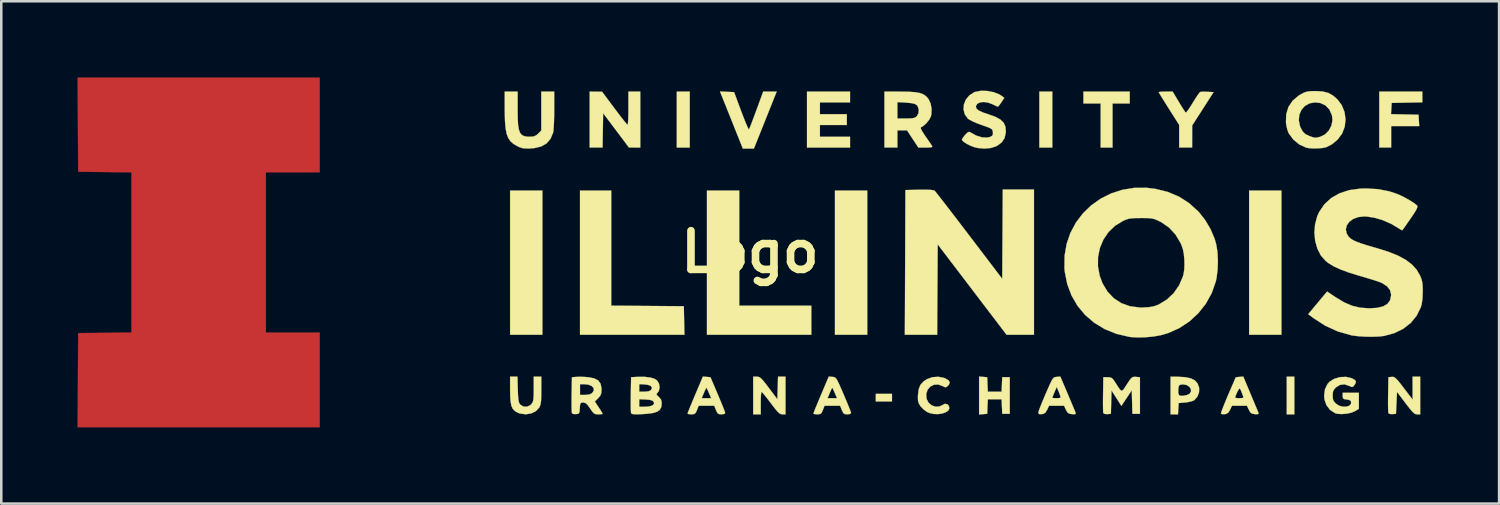
<source format=kicad_pcb>
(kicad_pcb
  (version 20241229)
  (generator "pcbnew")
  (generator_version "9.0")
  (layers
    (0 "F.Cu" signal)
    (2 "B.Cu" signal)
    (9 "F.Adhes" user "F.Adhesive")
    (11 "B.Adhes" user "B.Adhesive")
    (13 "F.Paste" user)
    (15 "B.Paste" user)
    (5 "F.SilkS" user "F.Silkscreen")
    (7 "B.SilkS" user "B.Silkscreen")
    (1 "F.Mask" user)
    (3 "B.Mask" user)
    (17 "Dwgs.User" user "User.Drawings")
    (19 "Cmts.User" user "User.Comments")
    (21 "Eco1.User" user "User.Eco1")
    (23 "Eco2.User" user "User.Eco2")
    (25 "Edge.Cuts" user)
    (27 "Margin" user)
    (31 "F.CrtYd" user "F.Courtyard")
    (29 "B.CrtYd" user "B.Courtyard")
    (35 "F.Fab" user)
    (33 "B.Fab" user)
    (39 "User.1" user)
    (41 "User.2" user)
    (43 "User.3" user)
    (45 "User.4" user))
  (footprint "Logo"
    (layer "F.Cu")
    (at 26.464 6.863)
    (property "Reference" "Logo" (at 0 0 0) (layer "F.SilkS") (effects (font (size 1.524 1.524) (thickness 0.3))))
    (attr through_hole)
    (fp_poly (pts (xy -16.933 -3.133) (xy -19.05 -3.133) (xy -19.05 3.175) (xy -16.933 3.175) (xy -16.933 6.9) (xy -26.459 6.9) (xy -26.448 5.048) (xy -26.437 3.196) (xy -24.342 3.174) (xy -24.342 -3.131) (xy -26.437 -3.154) (xy -26.448 -5.006) (xy -26.459 -6.858) (xy -16.933 -6.858) (xy -16.933 -3.133)) (stroke (width 0.01) (type solid)) (fill yes) (layer "F.Cu"))
    (fp_poly (pts (xy -16.933 -3.133) (xy -19.05 -3.133) (xy -19.05 3.175) (xy -16.933 3.175) (xy -16.933 6.9) (xy -26.459 6.9) (xy -26.448 5.048) (xy -26.437 3.196) (xy -24.342 3.174) (xy -24.342 -3.131) (xy -26.437 -3.154) (xy -26.448 -5.006) (xy -26.459 -6.858) (xy -16.933 -6.858) (xy -16.933 -3.133)) (stroke (width 0.01) (type solid)) (fill yes) (layer "F.Mask"))
    (fp_poly (pts (xy -8.17 3.26) (xy -9.44 3.26) (xy -9.44 -2.413) (xy -8.17 -2.413) (xy -8.17 3.26)) (stroke (width 0.01) (type solid)) (fill yes) (layer "F.SilkS"))
    (fp_poly (pts (xy -2.371 -4.106) (xy -2.879 -4.106) (xy -2.879 -6.308) (xy -2.371 -6.308) (xy -2.371 -4.106)) (stroke (width 0.01) (type solid)) (fill yes) (layer "F.SilkS"))
    (fp_poly (pts (xy 4.614 3.26) (xy 3.344 3.26) (xy 3.344 -2.413) (xy 4.614 -2.413) (xy 4.614 3.26)) (stroke (width 0.01) (type solid)) (fill yes) (layer "F.SilkS"))
    (fp_poly (pts (xy 5.588 5.884) (xy 4.953 5.884) (xy 4.953 5.588) (xy 5.588 5.588) (xy 5.588 5.884)) (stroke (width 0.01) (type solid)) (fill yes) (layer "F.SilkS"))
    (fp_poly (pts (xy 11.896 -4.106) (xy 11.388 -4.106) (xy 11.388 -6.308) (xy 11.896 -6.308) (xy 11.896 -4.106)) (stroke (width 0.01) (type solid)) (fill yes) (layer "F.SilkS"))
    (fp_poly (pts (xy 20.913 3.26) (xy 19.643 3.26) (xy 19.643 -2.413) (xy 20.913 -2.413) (xy 20.913 3.26)) (stroke (width 0.01) (type solid)) (fill yes) (layer "F.SilkS"))
    (fp_poly (pts (xy 21.421 6.392) (xy 21.124 6.392) (xy 21.124 4.911) (xy 21.421 4.911) (xy 21.421 6.392)) (stroke (width 0.01) (type solid)) (fill yes) (layer "F.SilkS"))
    (fp_poly (pts (xy -0.423 2.117) (xy 2.413 2.117) (xy 2.413 3.26) (xy -1.693 3.26) (xy -1.693 -2.413) (xy -0.423 -2.413) (xy -0.423 2.117)) (stroke (width 0.01) (type solid)) (fill yes) (layer "F.SilkS"))
    (fp_poly (pts (xy -5.461 2.116) (xy -4.032 2.127) (xy -2.603 2.138) (xy -2.592 2.699) (xy -2.58 3.26) (xy -6.689 3.26) (xy -6.689 -2.413) (xy -5.461 -2.413) (xy -5.461 2.116)) (stroke (width 0.01) (type solid)) (fill yes) (layer "F.SilkS"))
    (fp_poly (pts (xy 14.944 -5.842) (xy 14.266 -5.842) (xy 14.266 -4.106) (xy 13.801 -4.106) (xy 13.801 -5.842) (xy 13.123 -5.842) (xy 13.123 -6.308) (xy 14.944 -6.308) (xy 14.944 -5.842)) (stroke (width 0.01) (type solid)) (fill yes) (layer "F.SilkS"))
    (fp_poly (pts (xy 3.937 -5.884) (xy 2.752 -5.884) (xy 2.752 -5.419) (xy 3.81 -5.419) (xy 3.81 -4.995) (xy 2.752 -4.995) (xy 2.752 -4.53) (xy 3.937 -4.53) (xy 3.937 -4.106) (xy 2.244 -4.106) (xy 2.244 -6.308) (xy 3.937 -6.308) (xy 3.937 -5.884)) (stroke (width 0.01) (type solid)) (fill yes) (layer "F.SilkS"))
    (fp_poly (pts (xy 26.458 -5.887) (xy 25.855 -5.875) (xy 25.252 -5.863) (xy 25.239 -5.642) (xy 25.226 -5.421) (xy 25.768 -5.409) (xy 26.31 -5.397) (xy 26.323 -5.175) (xy 26.336 -4.953) (xy 25.231 -4.953) (xy 25.231 -4.106) (xy 24.765 -4.106) (xy 24.765 -6.308) (xy 26.458 -6.308) (xy 26.458 -5.887)) (stroke (width 0.01) (type solid)) (fill yes) (layer "F.SilkS"))
    (fp_poly (pts (xy 9.335 4.932) (xy 9.347 5.218) (xy 9.36 5.503) (xy 9.902 5.503) (xy 9.915 5.218) (xy 9.927 4.932) (xy 10.223 4.932) (xy 10.223 6.371) (xy 9.927 6.371) (xy 9.915 6.085) (xy 9.902 5.8) (xy 9.36 5.8) (xy 9.347 6.085) (xy 9.335 6.371) (xy 9.017 6.397) (xy 9.017 4.906) (xy 9.335 4.932)) (stroke (width 0.01) (type solid)) (fill yes) (layer "F.SilkS"))
    (fp_poly (pts (xy -0.902 -6.299) (xy -0.625 -6.287) (xy -0.346 -5.536) (xy -0.257 -5.304) (xy -0.178 -5.104) (xy -0.112 -4.949) (xy -0.065 -4.849) (xy -0.041 -4.816) (xy -0.04 -4.816) (xy -0.018 -4.864) (xy 0.028 -4.979) (xy 0.092 -5.146) (xy 0.17 -5.354) (xy 0.253 -5.577) (xy 0.521 -6.308) (xy 1.05 -6.308) (xy 0.602 -5.186) (xy 0.153 -4.064) (xy -0.28 -4.064) (xy -0.729 -5.188) (xy -1.179 -6.311) (xy -0.902 -6.299)) (stroke (width 0.01) (type solid)) (fill yes) (layer "F.SilkS"))
    (fp_poly (pts (xy -4.318 -4.106) (xy -4.54 -4.108) (xy -4.763 -4.11) (xy -5.779 -5.46) (xy -5.79 -4.783) (xy -5.802 -4.106) (xy -6.308 -4.106) (xy -6.308 -6.308) (xy -6.064 -6.305) (xy -5.821 -6.303) (xy -5.334 -5.651) (xy -5.181 -5.448) (xy -5.045 -5.271) (xy -4.933 -5.13) (xy -4.854 -5.035) (xy -4.816 -4.997) (xy -4.815 -4.997) (xy -4.805 -5.036) (xy -4.795 -5.146) (xy -4.788 -5.312) (xy -4.784 -5.519) (xy -4.784 -5.652) (xy -4.784 -6.308) (xy -4.318 -6.308) (xy -4.318 -4.106)) (stroke (width 0.01) (type solid)) (fill yes) (layer "F.SilkS"))
    (fp_poly (pts (xy 11.176 3.26) (xy 10.636 3.26) (xy 10.097 3.259) (xy 8.742 1.481) (xy 7.387 -0.298) (xy 7.365 3.26) (xy 6.095 3.26) (xy 6.106 0.413) (xy 6.117 -2.434) (xy 6.662 -2.446) (xy 6.939 -2.448) (xy 7.133 -2.439) (xy 7.243 -2.42) (xy 7.264 -2.41) (xy 7.301 -2.367) (xy 7.383 -2.264) (xy 7.506 -2.107) (xy 7.666 -1.901) (xy 7.856 -1.655) (xy 8.072 -1.374) (xy 8.308 -1.065) (xy 8.56 -0.735) (xy 8.625 -0.65) (xy 9.927 1.061) (xy 9.938 -0.697) (xy 9.949 -2.455) (xy 11.176 -2.455) (xy 11.176 3.26)) (stroke (width 0.01) (type solid)) (fill yes) (layer "F.SilkS"))
    (fp_poly (pts (xy 26.374 6.392) (xy 26.252 6.392) (xy 26.195 6.384) (xy 26.136 6.352) (xy 26.065 6.285) (xy 25.969 6.173) (xy 25.838 6.005) (xy 25.797 5.95) (xy 25.463 5.508) (xy 25.442 5.94) (xy 25.421 6.371) (xy 25.283 6.384) (xy 25.17 6.377) (xy 25.123 6.34) (xy 25.117 6.28) (xy 25.112 6.151) (xy 25.11 5.969) (xy 25.111 5.75) (xy 25.113 5.607) (xy 25.125 4.932) (xy 25.254 4.919) (xy 25.311 4.919) (xy 25.363 4.937) (xy 25.423 4.984) (xy 25.502 5.069) (xy 25.611 5.204) (xy 25.731 5.36) (xy 26.077 5.814) (xy 26.077 4.911) (xy 26.374 4.911) (xy 26.374 6.392)) (stroke (width 0.01) (type solid)) (fill yes) (layer "F.SilkS"))
    (fp_poly (pts (xy 0.329 4.916) (xy 0.386 4.938) (xy 0.449 4.99) (xy 0.53 5.08) (xy 0.641 5.22) (xy 0.744 5.356) (xy 1.079 5.801) (xy 1.092 5.356) (xy 1.104 4.911) (xy 1.397 4.911) (xy 1.397 6.392) (xy 1.274 6.392) (xy 1.216 6.384) (xy 1.158 6.354) (xy 1.088 6.289) (xy 0.995 6.18) (xy 0.868 6.015) (xy 0.818 5.95) (xy 0.693 5.785) (xy 0.584 5.648) (xy 0.502 5.551) (xy 0.458 5.507) (xy 0.455 5.505) (xy 0.442 5.544) (xy 0.432 5.65) (xy 0.425 5.805) (xy 0.423 5.948) (xy 0.423 6.392) (xy 0.127 6.392) (xy 0.127 4.911) (xy 0.268 4.911) (xy 0.329 4.916)) (stroke (width 0.01) (type solid)) (fill yes) (layer "F.SilkS"))
    (fp_poly (pts (xy 16.874 -5.904) (xy 16.974 -5.74) (xy 17.06 -5.604) (xy 17.122 -5.512) (xy 17.148 -5.48) (xy 17.182 -5.506) (xy 17.248 -5.591) (xy 17.336 -5.722) (xy 17.425 -5.867) (xy 17.527 -6.032) (xy 17.618 -6.169) (xy 17.686 -6.261) (xy 17.718 -6.293) (xy 17.786 -6.302) (xy 17.907 -6.303) (xy 18.006 -6.299) (xy 18.243 -6.287) (xy 17.822 -5.63) (xy 17.4 -4.974) (xy 17.4 -4.54) (xy 17.399 -4.106) (xy 16.891 -4.106) (xy 16.891 -4.998) (xy 16.489 -5.63) (xy 16.359 -5.836) (xy 16.247 -6.016) (xy 16.159 -6.158) (xy 16.103 -6.252) (xy 16.087 -6.285) (xy 16.125 -6.297) (xy 16.226 -6.305) (xy 16.36 -6.308) (xy 16.633 -6.308) (xy 16.874 -5.904)) (stroke (width 0.01) (type solid)) (fill yes) (layer "F.SilkS"))
    (fp_poly (pts (xy 15.188 4.919) (xy 15.346 4.932) (xy 15.346 6.371) (xy 15.05 6.371) (xy 15.037 5.907) (xy 15.025 5.444) (xy 14.821 5.751) (xy 14.616 6.059) (xy 14.227 5.451) (xy 14.215 5.911) (xy 14.203 6.371) (xy 14.065 6.384) (xy 13.952 6.377) (xy 13.905 6.34) (xy 13.898 6.28) (xy 13.894 6.151) (xy 13.892 5.969) (xy 13.893 5.75) (xy 13.895 5.607) (xy 13.906 4.932) (xy 14.075 4.932) (xy 14.174 4.938) (xy 14.244 4.968) (xy 14.31 5.039) (xy 14.379 5.144) (xy 14.489 5.316) (xy 14.564 5.422) (xy 14.619 5.464) (xy 14.671 5.445) (xy 14.733 5.366) (xy 14.821 5.229) (xy 14.832 5.212) (xy 14.929 5.064) (xy 14.998 4.975) (xy 15.054 4.93) (xy 15.114 4.916) (xy 15.188 4.919)) (stroke (width 0.01) (type solid)) (fill yes) (layer "F.SilkS"))
    (fp_poly (pts (xy -9.137 5.414) (xy -9.129 5.638) (xy -9.117 5.793) (xy -9.099 5.897) (xy -9.073 5.965) (xy -9.042 6.007) (xy -8.921 6.084) (xy -8.781 6.094) (xy -8.649 6.036) (xy -8.597 5.984) (xy -8.558 5.926) (xy -8.532 5.855) (xy -8.518 5.754) (xy -8.511 5.604) (xy -8.509 5.392) (xy -8.509 4.911) (xy -8.213 4.911) (xy -8.213 5.45) (xy -8.215 5.683) (xy -8.221 5.848) (xy -8.235 5.964) (xy -8.258 6.049) (xy -8.292 6.12) (xy -8.298 6.13) (xy -8.429 6.269) (xy -8.611 6.357) (xy -8.821 6.39) (xy -9.038 6.363) (xy -9.133 6.33) (xy -9.248 6.265) (xy -9.332 6.179) (xy -9.388 6.057) (xy -9.422 5.887) (xy -9.437 5.655) (xy -9.44 5.45) (xy -9.44 4.911) (xy -9.151 4.911) (xy -9.137 5.414)) (stroke (width 0.01) (type solid)) (fill yes) (layer "F.SilkS"))
    (fp_poly (pts (xy 16.817 4.913) (xy 17.116 4.929) (xy 17.343 4.975) (xy 17.506 5.055) (xy 17.613 5.174) (xy 17.673 5.336) (xy 17.676 5.351) (xy 17.672 5.523) (xy 17.607 5.693) (xy 17.497 5.824) (xy 17.473 5.841) (xy 17.379 5.879) (xy 17.237 5.911) (xy 17.124 5.926) (xy 16.87 5.948) (xy 16.844 6.392) (xy 16.552 6.392) (xy 16.552 5.546) (xy 16.852 5.546) (xy 16.879 5.633) (xy 16.947 5.666) (xy 17.063 5.661) (xy 17.188 5.634) (xy 17.282 5.596) (xy 17.295 5.587) (xy 17.357 5.494) (xy 17.35 5.394) (xy 17.287 5.303) (xy 17.18 5.237) (xy 17.042 5.213) (xy 17.01 5.215) (xy 16.918 5.231) (xy 16.875 5.276) (xy 16.858 5.375) (xy 16.856 5.391) (xy 16.852 5.546) (xy 16.552 5.546) (xy 16.552 4.911) (xy 16.817 4.913)) (stroke (width 0.01) (type solid)) (fill yes) (layer "F.SilkS"))
    (fp_poly (pts (xy -9.144 -5.608) (xy -9.14 -5.276) (xy -9.127 -5.018) (xy -9.098 -4.827) (xy -9.052 -4.692) (xy -8.982 -4.604) (xy -8.886 -4.554) (xy -8.758 -4.533) (xy -8.657 -4.53) (xy -8.514 -4.542) (xy -8.411 -4.588) (xy -8.336 -4.653) (xy -8.213 -4.777) (xy -8.213 -6.308) (xy -7.705 -6.308) (xy -7.705 -5.577) (xy -7.707 -5.325) (xy -7.714 -5.092) (xy -7.725 -4.895) (xy -7.737 -4.753) (xy -7.748 -4.694) (xy -7.849 -4.452) (xy -8.003 -4.272) (xy -8.214 -4.151) (xy -8.486 -4.085) (xy -8.636 -4.072) (xy -8.817 -4.069) (xy -8.949 -4.083) (xy -9.065 -4.119) (xy -9.165 -4.166) (xy -9.312 -4.253) (xy -9.427 -4.355) (xy -9.513 -4.482) (xy -9.575 -4.645) (xy -9.616 -4.855) (xy -9.64 -5.123) (xy -9.65 -5.461) (xy -9.651 -5.62) (xy -9.652 -6.308) (xy -9.144 -6.308) (xy -9.144 -5.608)) (stroke (width 0.01) (type solid)) (fill yes) (layer "F.SilkS"))
    (fp_poly (pts (xy -1.555 4.932) (xy -1.266 5.609) (xy -1.172 5.834) (xy -1.09 6.033) (xy -1.026 6.193) (xy -0.987 6.3) (xy -0.976 6.339) (xy -1.013 6.378) (xy -1.117 6.392) (xy -1.122 6.392) (xy -1.22 6.384) (xy -1.28 6.342) (xy -1.329 6.246) (xy -1.338 6.223) (xy -1.406 6.054) (xy -2.019 6.054) (xy -2.086 6.223) (xy -2.135 6.331) (xy -2.191 6.379) (xy -2.28 6.392) (xy -2.304 6.392) (xy -2.403 6.385) (xy -2.454 6.366) (xy -2.455 6.361) (xy -2.44 6.314) (xy -2.396 6.201) (xy -2.329 6.037) (xy -2.245 5.834) (xy -2.212 5.757) (xy -1.9 5.757) (xy -1.527 5.757) (xy -1.613 5.557) (xy -1.664 5.441) (xy -1.701 5.363) (xy -1.711 5.344) (xy -1.733 5.373) (xy -1.775 5.459) (xy -1.812 5.545) (xy -1.9 5.757) (xy -2.212 5.757) (xy -2.154 5.618) (xy -1.852 4.906) (xy -1.555 4.932)) (stroke (width 0.01) (type solid)) (fill yes) (layer "F.SilkS"))
    (fp_poly (pts (xy 7.636 4.958) (xy 7.692 4.981) (xy 7.818 5.059) (xy 7.862 5.138) (xy 7.827 5.226) (xy 7.795 5.262) (xy 7.729 5.32) (xy 7.673 5.326) (xy 7.588 5.284) (xy 7.582 5.28) (xy 7.407 5.217) (xy 7.241 5.227) (xy 7.097 5.299) (xy 6.991 5.422) (xy 6.936 5.584) (xy 6.947 5.773) (xy 6.95 5.786) (xy 7.026 5.933) (xy 7.15 6.038) (xy 7.3 6.091) (xy 7.453 6.085) (xy 7.559 6.034) (xy 7.677 5.976) (xy 7.773 5.999) (xy 7.824 6.057) (xy 7.849 6.155) (xy 7.804 6.241) (xy 7.705 6.311) (xy 7.567 6.359) (xy 7.404 6.383) (xy 7.231 6.378) (xy 7.064 6.34) (xy 6.965 6.296) (xy 6.833 6.2) (xy 6.717 6.081) (xy 6.697 6.053) (xy 6.642 5.958) (xy 6.614 5.862) (xy 6.608 5.733) (xy 6.612 5.621) (xy 6.642 5.396) (xy 6.711 5.228) (xy 6.833 5.096) (xy 6.968 5.007) (xy 7.177 4.931) (xy 7.411 4.914) (xy 7.636 4.958)) (stroke (width 0.01) (type solid)) (fill yes) (layer "F.SilkS"))
    (fp_poly (pts (xy 19.702 5.597) (xy 19.797 5.824) (xy 19.882 6.026) (xy 19.95 6.189) (xy 19.996 6.3) (xy 20.013 6.342) (xy 20.005 6.378) (xy 19.935 6.388) (xy 19.871 6.385) (xy 19.757 6.365) (xy 19.688 6.312) (xy 19.632 6.212) (xy 19.557 6.054) (xy 18.966 6.054) (xy 18.892 6.212) (xy 18.825 6.323) (xy 18.746 6.373) (xy 18.689 6.384) (xy 18.59 6.385) (xy 18.534 6.371) (xy 18.542 6.326) (xy 18.579 6.216) (xy 18.641 6.054) (xy 18.723 5.853) (xy 18.772 5.737) (xy 19.092 5.737) (xy 19.13 5.75) (xy 19.224 5.757) (xy 19.266 5.757) (xy 19.375 5.752) (xy 19.417 5.731) (xy 19.41 5.684) (xy 19.41 5.683) (xy 19.373 5.588) (xy 19.338 5.493) (xy 19.298 5.41) (xy 19.262 5.376) (xy 19.232 5.411) (xy 19.185 5.495) (xy 19.138 5.598) (xy 19.102 5.691) (xy 19.092 5.737) (xy 18.772 5.737) (xy 18.813 5.638) (xy 19.118 4.932) (xy 19.265 4.919) (xy 19.413 4.907) (xy 19.702 5.597)) (stroke (width 0.01) (type solid)) (fill yes) (layer "F.SilkS"))
    (fp_poly (pts (xy 3.247 4.919) (xy 3.301 4.925) (xy 3.344 4.941) (xy 3.385 4.978) (xy 3.43 5.046) (xy 3.486 5.156) (xy 3.56 5.32) (xy 3.659 5.548) (xy 3.685 5.609) (xy 3.78 5.833) (xy 3.863 6.032) (xy 3.927 6.193) (xy 3.967 6.3) (xy 3.978 6.339) (xy 3.94 6.378) (xy 3.836 6.392) (xy 3.831 6.392) (xy 3.733 6.384) (xy 3.673 6.342) (xy 3.624 6.246) (xy 3.615 6.223) (xy 3.547 6.054) (xy 2.934 6.054) (xy 2.867 6.223) (xy 2.818 6.331) (xy 2.762 6.379) (xy 2.673 6.392) (xy 2.649 6.392) (xy 2.55 6.385) (xy 2.499 6.366) (xy 2.498 6.361) (xy 2.513 6.314) (xy 2.557 6.201) (xy 2.624 6.037) (xy 2.708 5.834) (xy 2.741 5.757) (xy 3.053 5.757) (xy 3.426 5.757) (xy 3.34 5.557) (xy 3.289 5.441) (xy 3.252 5.363) (xy 3.242 5.344) (xy 3.22 5.373) (xy 3.178 5.459) (xy 3.141 5.545) (xy 3.053 5.757) (xy 2.741 5.757) (xy 2.799 5.618) (xy 3.101 4.906) (xy 3.247 4.919)) (stroke (width 0.01) (type solid)) (fill yes) (layer "F.SilkS"))
    (fp_poly (pts (xy 5.937 -6.307) (xy 6.249 -6.302) (xy 6.49 -6.286) (xy 6.673 -6.255) (xy 6.811 -6.206) (xy 6.918 -6.135) (xy 7.008 -6.038) (xy 7.028 -6.011) (xy 7.109 -5.837) (xy 7.147 -5.624) (xy 7.137 -5.41) (xy 7.114 -5.32) (xy 7.049 -5.198) (xy 6.944 -5.068) (xy 6.825 -4.959) (xy 6.727 -4.902) (xy 6.72 -4.86) (xy 6.77 -4.757) (xy 6.876 -4.591) (xy 6.906 -4.548) (xy 7.011 -4.397) (xy 7.098 -4.27) (xy 7.156 -4.183) (xy 7.171 -4.159) (xy 7.167 -4.13) (xy 7.106 -4.114) (xy 6.975 -4.107) (xy 6.913 -4.107) (xy 6.625 -4.108) (xy 6.18 -4.784) (xy 5.8 -4.784) (xy 5.8 -4.106) (xy 5.292 -4.106) (xy 5.292 -5.249) (xy 5.8 -5.249) (xy 6.138 -5.249) (xy 6.318 -5.253) (xy 6.435 -5.266) (xy 6.511 -5.294) (xy 6.562 -5.334) (xy 6.63 -5.454) (xy 6.644 -5.598) (xy 6.601 -5.73) (xy 6.561 -5.779) (xy 6.482 -5.825) (xy 6.353 -5.855) (xy 6.158 -5.874) (xy 6.138 -5.876) (xy 5.8 -5.895) (xy 5.8 -5.249) (xy 5.292 -5.249) (xy 5.292 -6.308) (xy 5.937 -6.307)) (stroke (width 0.01) (type solid)) (fill yes) (layer "F.SilkS"))
    (fp_poly (pts (xy 12.498 5.575) (xy 12.593 5.801) (xy 12.678 6.003) (xy 12.747 6.168) (xy 12.794 6.28) (xy 12.81 6.321) (xy 12.818 6.37) (xy 12.779 6.388) (xy 12.676 6.385) (xy 12.674 6.385) (xy 12.561 6.365) (xy 12.491 6.312) (xy 12.435 6.212) (xy 12.361 6.054) (xy 11.769 6.054) (xy 11.695 6.212) (xy 11.63 6.321) (xy 11.554 6.371) (xy 11.483 6.384) (xy 11.387 6.384) (xy 11.35 6.351) (xy 11.348 6.321) (xy 11.365 6.258) (xy 11.411 6.132) (xy 11.48 5.958) (xy 11.566 5.751) (xy 11.571 5.74) (xy 11.896 5.74) (xy 11.933 5.751) (xy 12.028 5.757) (xy 12.068 5.757) (xy 12.176 5.753) (xy 12.219 5.732) (xy 12.216 5.681) (xy 12.211 5.665) (xy 12.173 5.558) (xy 12.126 5.443) (xy 12.072 5.313) (xy 11.984 5.517) (xy 11.934 5.636) (xy 11.902 5.718) (xy 11.896 5.74) (xy 11.571 5.74) (xy 11.635 5.588) (xy 11.74 5.348) (xy 11.818 5.176) (xy 11.876 5.058) (xy 11.922 4.985) (xy 11.964 4.945) (xy 12.007 4.927) (xy 12.06 4.92) (xy 12.067 4.919) (xy 12.213 4.907) (xy 12.498 5.575)) (stroke (width 0.01) (type solid)) (fill yes) (layer "F.SilkS"))
    (fp_poly (pts (xy 23.672 4.969) (xy 23.707 4.985) (xy 23.814 5.049) (xy 23.848 5.112) (xy 23.816 5.195) (xy 23.785 5.242) (xy 23.732 5.306) (xy 23.681 5.316) (xy 23.594 5.278) (xy 23.586 5.274) (xy 23.394 5.211) (xy 23.219 5.232) (xy 23.065 5.327) (xy 22.98 5.417) (xy 22.941 5.508) (xy 22.931 5.642) (xy 22.931 5.652) (xy 22.939 5.788) (xy 22.977 5.881) (xy 23.059 5.97) (xy 23.065 5.976) (xy 23.19 6.054) (xy 23.33 6.091) (xy 23.467 6.091) (xy 23.579 6.056) (xy 23.648 5.987) (xy 23.658 5.903) (xy 23.62 5.842) (xy 23.524 5.812) (xy 23.484 5.808) (xy 23.38 5.792) (xy 23.335 5.755) (xy 23.326 5.674) (xy 23.326 5.67) (xy 23.326 5.546) (xy 23.961 5.546) (xy 23.961 6.174) (xy 23.81 6.267) (xy 23.663 6.328) (xy 23.474 6.367) (xy 23.276 6.382) (xy 23.103 6.369) (xy 23.029 6.347) (xy 22.831 6.22) (xy 22.688 6.035) (xy 22.608 5.807) (xy 22.594 5.652) (xy 22.628 5.406) (xy 22.725 5.203) (xy 22.804 5.113) (xy 22.992 4.995) (xy 23.218 4.928) (xy 23.455 4.918) (xy 23.672 4.969)) (stroke (width 0.01) (type solid)) (fill yes) (layer "F.SilkS"))
    (fp_poly (pts (xy -6.481 4.922) (xy -6.353 4.933) (xy -6.126 4.978) (xy -5.97 5.062) (xy -5.878 5.192) (xy -5.843 5.374) (xy -5.842 5.412) (xy -5.851 5.555) (xy -5.888 5.654) (xy -5.968 5.75) (xy -5.974 5.756) (xy -6.106 5.888) (xy -5.953 6.118) (xy -5.874 6.239) (xy -5.819 6.33) (xy -5.8 6.371) (xy -5.837 6.384) (xy -5.931 6.392) (xy -5.969 6.392) (xy -6.064 6.387) (xy -6.132 6.36) (xy -6.198 6.294) (xy -6.282 6.174) (xy -6.292 6.16) (xy -6.386 6.028) (xy -6.46 5.957) (xy -6.531 5.929) (xy -6.565 5.927) (xy -6.635 5.932) (xy -6.672 5.963) (xy -6.689 6.041) (xy -6.697 6.149) (xy -6.707 6.279) (xy -6.729 6.346) (xy -6.775 6.374) (xy -6.848 6.384) (xy -6.961 6.377) (xy -7.008 6.34) (xy -7.014 6.28) (xy -7.019 6.151) (xy -7.021 5.969) (xy -7.02 5.75) (xy -7.018 5.607) (xy -7.011 5.207) (xy -6.689 5.207) (xy -6.689 5.63) (xy -6.491 5.63) (xy -6.324 5.612) (xy -6.216 5.56) (xy -6.147 5.46) (xy -6.154 5.362) (xy -6.225 5.28) (xy -6.353 5.225) (xy -6.508 5.207) (xy -6.689 5.207) (xy -7.011 5.207) (xy -7.006 4.932) (xy -6.816 4.918) (xy -6.666 4.915) (xy -6.481 4.922)) (stroke (width 0.01) (type solid)) (fill yes) (layer "F.SilkS"))
    (fp_poly (pts (xy -3.91 4.946) (xy -3.733 5.006) (xy -3.656 5.061) (xy -3.58 5.186) (xy -3.556 5.334) (xy -3.586 5.472) (xy -3.631 5.535) (xy -3.675 5.588) (xy -3.668 5.632) (xy -3.603 5.695) (xy -3.588 5.708) (xy -3.5 5.812) (xy -3.473 5.94) (xy -3.473 5.962) (xy -3.49 6.105) (xy -3.548 6.213) (xy -3.654 6.289) (xy -3.819 6.34) (xy -4.053 6.371) (xy -4.218 6.382) (xy -4.421 6.39) (xy -4.555 6.389) (xy -4.634 6.378) (xy -4.671 6.356) (xy -4.678 6.344) (xy -4.685 6.282) (xy -4.69 6.152) (xy -4.691 6.096) (xy -4.36 6.096) (xy -4.136 6.096) (xy -3.981 6.084) (xy -3.861 6.053) (xy -3.829 6.035) (xy -3.773 5.974) (xy -3.788 5.906) (xy -3.793 5.897) (xy -3.846 5.85) (xy -3.946 5.822) (xy -4.1 5.808) (xy -4.36 5.796) (xy -4.36 6.096) (xy -4.691 6.096) (xy -4.692 5.969) (xy -4.691 5.749) (xy -4.69 5.607) (xy -4.688 5.503) (xy -4.36 5.503) (xy -4.154 5.503) (xy -3.985 5.486) (xy -3.892 5.436) (xy -3.855 5.35) (xy -3.897 5.28) (xy -4.01 5.233) (xy -4.142 5.215) (xy -4.36 5.203) (xy -4.36 5.503) (xy -4.688 5.503) (xy -4.678 4.932) (xy -4.445 4.918) (xy -4.151 4.916) (xy -3.91 4.946)) (stroke (width 0.01) (type solid)) (fill yes) (layer "F.SilkS"))
    (fp_poly (pts (xy 22.537 -6.312) (xy 22.753 -6.258) (xy 22.939 -6.156) (xy 23.116 -6.003) (xy 23.289 -5.772) (xy 23.397 -5.504) (xy 23.436 -5.216) (xy 23.404 -4.926) (xy 23.303 -4.659) (xy 23.132 -4.427) (xy 22.905 -4.237) (xy 22.677 -4.12) (xy 22.547 -4.091) (xy 22.367 -4.075) (xy 22.172 -4.072) (xy 21.995 -4.083) (xy 21.886 -4.104) (xy 21.618 -4.227) (xy 21.385 -4.418) (xy 21.207 -4.66) (xy 21.187 -4.697) (xy 21.143 -4.822) (xy 21.107 -4.987) (xy 21.092 -5.104) (xy 21.095 -5.178) (xy 21.597 -5.178) (xy 21.645 -4.947) (xy 21.669 -4.889) (xy 21.754 -4.736) (xy 21.858 -4.635) (xy 22.01 -4.561) (xy 22.045 -4.548) (xy 22.169 -4.506) (xy 22.256 -4.493) (xy 22.348 -4.506) (xy 22.443 -4.531) (xy 22.632 -4.624) (xy 22.782 -4.778) (xy 22.883 -4.972) (xy 22.924 -5.188) (xy 22.903 -5.373) (xy 22.805 -5.599) (xy 22.652 -5.762) (xy 22.449 -5.858) (xy 22.243 -5.884) (xy 22.021 -5.847) (xy 21.838 -5.745) (xy 21.701 -5.59) (xy 21.618 -5.396) (xy 21.597 -5.178) (xy 21.095 -5.178) (xy 21.104 -5.423) (xy 21.191 -5.705) (xy 21.354 -5.948) (xy 21.589 -6.148) (xy 21.681 -6.203) (xy 21.805 -6.267) (xy 21.915 -6.305) (xy 22.04 -6.323) (xy 22.211 -6.328) (xy 22.267 -6.328) (xy 22.537 -6.312)) (stroke (width 0.01) (type solid)) (fill yes) (layer "F.SilkS"))
    (fp_poly (pts (xy 9.338 -6.334) (xy 9.594 -6.284) (xy 9.819 -6.194) (xy 9.905 -6.139) (xy 10.007 -6.062) (xy 9.893 -5.888) (xy 9.822 -5.788) (xy 9.77 -5.726) (xy 9.756 -5.715) (xy 9.708 -5.733) (xy 9.612 -5.778) (xy 9.555 -5.806) (xy 9.374 -5.875) (xy 9.201 -5.9) (xy 9.052 -5.884) (xy 8.943 -5.828) (xy 8.892 -5.736) (xy 8.89 -5.711) (xy 8.917 -5.635) (xy 9.003 -5.564) (xy 9.156 -5.491) (xy 9.377 -5.416) (xy 9.654 -5.317) (xy 9.854 -5.208) (xy 9.984 -5.082) (xy 10.053 -4.93) (xy 10.069 -4.744) (xy 10.065 -4.689) (xy 10.015 -4.474) (xy 9.906 -4.309) (xy 9.727 -4.177) (xy 9.693 -4.159) (xy 9.483 -4.09) (xy 9.231 -4.066) (xy 8.969 -4.089) (xy 8.819 -4.125) (xy 8.666 -4.184) (xy 8.523 -4.257) (xy 8.41 -4.332) (xy 8.347 -4.396) (xy 8.341 -4.417) (xy 8.368 -4.476) (xy 8.436 -4.567) (xy 8.473 -4.611) (xy 8.561 -4.698) (xy 8.621 -4.726) (xy 8.673 -4.706) (xy 8.899 -4.579) (xy 9.128 -4.508) (xy 9.339 -4.498) (xy 9.454 -4.526) (xy 9.536 -4.572) (xy 9.562 -4.643) (xy 9.559 -4.71) (xy 9.55 -4.771) (xy 9.527 -4.818) (xy 9.474 -4.858) (xy 9.379 -4.901) (xy 9.225 -4.957) (xy 9.114 -4.995) (xy 8.922 -5.067) (xy 8.751 -5.142) (xy 8.624 -5.21) (xy 8.574 -5.247) (xy 8.454 -5.413) (xy 8.404 -5.604) (xy 8.419 -5.802) (xy 8.495 -5.991) (xy 8.627 -6.154) (xy 8.809 -6.274) (xy 8.858 -6.294) (xy 9.082 -6.339) (xy 9.338 -6.334)) (stroke (width 0.01) (type solid)) (fill yes) (layer "F.SilkS"))
    (fp_poly (pts (xy 15.951 -2.481) (xy 16.442 -2.36) (xy 16.881 -2.175) (xy 17.277 -1.922) (xy 17.638 -1.595) (xy 17.672 -1.56) (xy 17.914 -1.252) (xy 18.123 -0.898) (xy 18.281 -0.528) (xy 18.349 -0.296) (xy 18.396 0.002) (xy 18.414 0.345) (xy 18.402 0.697) (xy 18.361 1.023) (xy 18.332 1.16) (xy 18.173 1.615) (xy 17.942 2.034) (xy 17.647 2.409) (xy 17.297 2.733) (xy 16.899 2.996) (xy 16.461 3.193) (xy 16.161 3.28) (xy 15.885 3.328) (xy 15.576 3.358) (xy 15.27 3.366) (xy 14.998 3.352) (xy 14.924 3.342) (xy 14.421 3.225) (xy 13.961 3.039) (xy 13.55 2.79) (xy 13.192 2.484) (xy 12.892 2.125) (xy 12.655 1.718) (xy 12.486 1.269) (xy 12.389 0.783) (xy 12.376 0.641) (xy 12.377 0.564) (xy 13.693 0.564) (xy 13.761 0.936) (xy 13.874 1.238) (xy 14.07 1.565) (xy 14.317 1.825) (xy 14.613 2.017) (xy 14.953 2.139) (xy 15.335 2.188) (xy 15.473 2.188) (xy 15.691 2.176) (xy 15.858 2.15) (xy 16.005 2.104) (xy 16.097 2.064) (xy 16.408 1.876) (xy 16.674 1.623) (xy 16.887 1.317) (xy 17.036 0.971) (xy 17.063 0.873) (xy 17.089 0.708) (xy 17.098 0.49) (xy 17.093 0.297) (xy 17.073 0.075) (xy 17.039 -0.1) (xy 16.982 -0.265) (xy 16.942 -0.355) (xy 16.745 -0.684) (xy 16.491 -0.958) (xy 16.189 -1.168) (xy 16.134 -1.196) (xy 16.005 -1.257) (xy 15.898 -1.297) (xy 15.789 -1.32) (xy 15.653 -1.33) (xy 15.464 -1.333) (xy 15.389 -1.333) (xy 15.173 -1.331) (xy 15.018 -1.322) (xy 14.899 -1.303) (xy 14.791 -1.269) (xy 14.68 -1.22) (xy 14.367 -1.029) (xy 14.109 -0.781) (xy 13.909 -0.488) (xy 13.77 -0.158) (xy 13.697 0.196) (xy 13.693 0.564) (xy 12.377 0.564) (xy 12.381 0.15) (xy 12.462 -0.317) (xy 12.613 -0.753) (xy 12.828 -1.154) (xy 13.101 -1.515) (xy 13.426 -1.829) (xy 13.796 -2.092) (xy 14.206 -2.298) (xy 14.649 -2.442) (xy 15.119 -2.519) (xy 15.61 -2.522) (xy 15.951 -2.481)) (stroke (width 0.01) (type solid)) (fill yes) (layer "F.SilkS"))
    (fp_poly (pts (xy 24.716 -2.469) (xy 25.157 -2.383) (xy 25.446 -2.289) (xy 25.604 -2.221) (xy 25.78 -2.133) (xy 25.955 -2.034) (xy 26.107 -1.939) (xy 26.218 -1.857) (xy 26.262 -1.812) (xy 26.264 -1.762) (xy 26.228 -1.674) (xy 26.148 -1.539) (xy 26.02 -1.347) (xy 25.993 -1.309) (xy 25.876 -1.141) (xy 25.778 -1) (xy 25.707 -0.9) (xy 25.673 -0.854) (xy 25.672 -0.853) (xy 25.633 -0.864) (xy 25.554 -0.912) (xy 25.54 -0.921) (xy 25.242 -1.1) (xy 24.912 -1.245) (xy 24.575 -1.346) (xy 24.259 -1.394) (xy 24.172 -1.397) (xy 23.934 -1.37) (xy 23.735 -1.295) (xy 23.582 -1.182) (xy 23.484 -1.042) (xy 23.448 -0.885) (xy 23.483 -0.721) (xy 23.56 -0.598) (xy 23.629 -0.532) (xy 23.722 -0.469) (xy 23.853 -0.407) (xy 24.03 -0.34) (xy 24.265 -0.264) (xy 24.569 -0.175) (xy 24.667 -0.148) (xy 25.122 -0.005) (xy 25.499 0.146) (xy 25.806 0.312) (xy 26.048 0.495) (xy 26.234 0.7) (xy 26.366 0.925) (xy 26.42 1.055) (xy 26.453 1.177) (xy 26.47 1.318) (xy 26.475 1.507) (xy 26.475 1.566) (xy 26.464 1.849) (xy 26.431 2.068) (xy 26.398 2.18) (xy 26.234 2.512) (xy 26.004 2.793) (xy 25.712 3.022) (xy 25.362 3.194) (xy 24.962 3.305) (xy 24.761 3.329) (xy 24.506 3.339) (xy 24.228 3.336) (xy 23.957 3.32) (xy 23.721 3.291) (xy 23.664 3.281) (xy 23.137 3.132) (xy 22.635 2.902) (xy 22.192 2.617) (xy 21.969 2.451) (xy 22.222 2.146) (xy 22.35 1.992) (xy 22.472 1.845) (xy 22.569 1.73) (xy 22.593 1.701) (xy 22.712 1.56) (xy 23.056 1.791) (xy 23.388 1.989) (xy 23.701 2.122) (xy 24.02 2.196) (xy 24.364 2.221) (xy 24.676 2.203) (xy 24.915 2.146) (xy 25.085 2.047) (xy 25.189 1.904) (xy 25.23 1.715) (xy 25.231 1.678) (xy 25.19 1.506) (xy 25.072 1.355) (xy 24.885 1.231) (xy 24.787 1.189) (xy 24.662 1.146) (xy 24.478 1.087) (xy 24.256 1.02) (xy 24.021 0.95) (xy 23.96 0.933) (xy 23.561 0.81) (xy 23.236 0.69) (xy 22.973 0.568) (xy 22.763 0.44) (xy 22.657 0.357) (xy 22.467 0.142) (xy 22.329 -0.126) (xy 22.243 -0.431) (xy 22.212 -0.756) (xy 22.238 -1.084) (xy 22.323 -1.401) (xy 22.401 -1.572) (xy 22.609 -1.878) (xy 22.877 -2.123) (xy 23.202 -2.307) (xy 23.582 -2.43) (xy 24.015 -2.49) (xy 24.234 -2.497) (xy 24.716 -2.469)) (stroke (width 0.01) (type solid)) (fill yes) (layer "F.SilkS")))
  (gr_rect
    (start -3 -3)
    (end 55.944 16.768)
    (stroke (width 0.1) (type default))
    (fill no)
    (layer "Edge.Cuts")))
</source>
